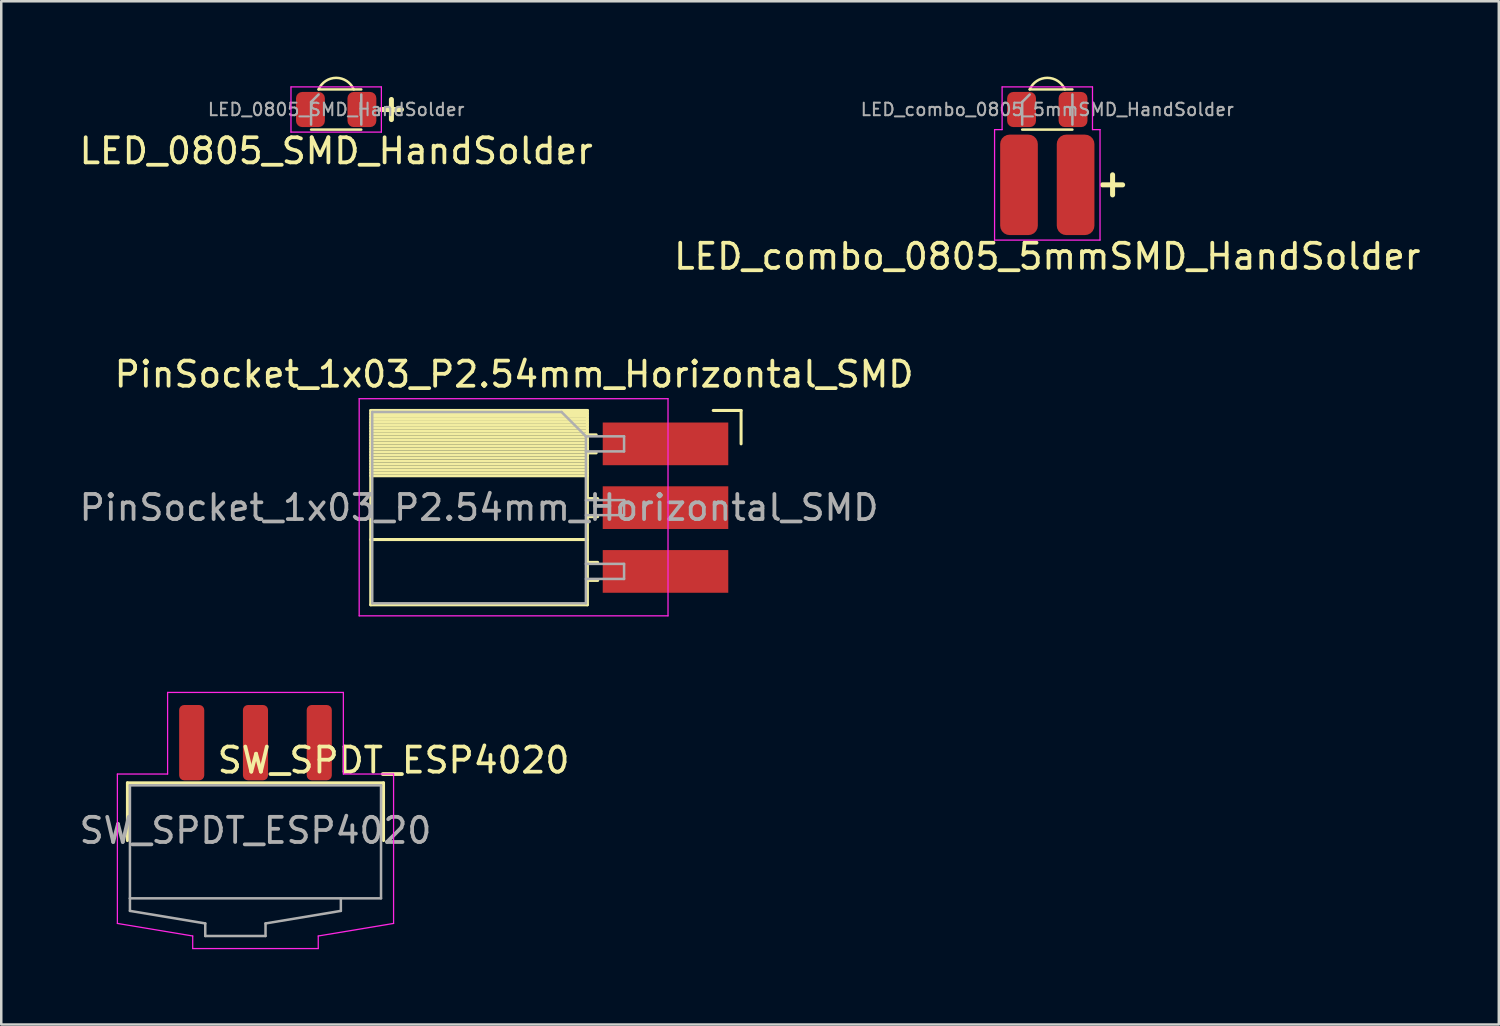
<source format=kicad_pcb>
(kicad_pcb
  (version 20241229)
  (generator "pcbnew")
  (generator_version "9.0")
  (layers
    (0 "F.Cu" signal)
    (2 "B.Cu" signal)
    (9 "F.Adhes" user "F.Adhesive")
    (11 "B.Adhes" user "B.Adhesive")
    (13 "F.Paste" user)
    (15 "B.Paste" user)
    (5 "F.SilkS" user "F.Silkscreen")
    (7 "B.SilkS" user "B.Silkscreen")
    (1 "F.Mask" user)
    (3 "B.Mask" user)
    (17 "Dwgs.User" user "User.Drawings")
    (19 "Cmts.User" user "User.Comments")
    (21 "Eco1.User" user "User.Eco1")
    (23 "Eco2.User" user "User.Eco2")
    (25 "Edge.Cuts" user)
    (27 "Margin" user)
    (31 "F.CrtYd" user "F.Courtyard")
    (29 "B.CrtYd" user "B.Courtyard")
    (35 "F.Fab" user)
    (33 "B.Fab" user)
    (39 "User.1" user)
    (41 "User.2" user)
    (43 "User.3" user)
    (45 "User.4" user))
  (footprint "LED_combo_0805_5mmSMD_HandSolder"
    (layer "F.Cu")
    (at 38.661 1.312)
    (property "Reference" "LED_combo_0805_5mmSMD_HandSolder" (at 0 5.85 0) (layer "F.SilkS") (effects (font (size 1 1) (thickness 0.15))))
    (attr smd)
    (fp_line (start -1 0.8) (end 1 0.8) (stroke (width 0.1) (type solid)) (layer "F.SilkS"))
    (fp_line (start 1 -0.8) (end -0.7 -0.8) (stroke (width 0.1) (type solid)) (layer "F.SilkS"))
    (fp_line (start 2.2 3) (end 3 3) (stroke (width 0.2) (type default)) (layer "F.SilkS"))
    (fp_line (start 2.6 3.4) (end 2.6 2.6) (stroke (width 0.2) (type default)) (layer "F.SilkS"))
    (fp_arc (start -0.7 -0.8) (mid 0 -1.261577) (end 0.7 -0.8) (stroke (width 0.1) (type default)) (layer "F.SilkS"))
    (fp_line (start -2.1 0.8) (end -1.8 0.8) (stroke (width 0.05) (type solid)) (layer "F.CrtYd"))
    (fp_line (start -2.1 5.2) (end -2.1 0.8) (stroke (width 0.05) (type default)) (layer "F.CrtYd"))
    (fp_line (start -1.8 -0.9) (end 1.8 -0.9) (stroke (width 0.05) (type solid)) (layer "F.CrtYd"))
    (fp_line (start -1.8 0.8) (end -1.8 -0.9) (stroke (width 0.05) (type solid)) (layer "F.CrtYd"))
    (fp_line (start 1.8 -0.9) (end 1.8 0.8) (stroke (width 0.05) (type solid)) (layer "F.CrtYd"))
    (fp_line (start 1.8 0.8) (end 2.1 0.8) (stroke (width 0.05) (type solid)) (layer "F.CrtYd"))
    (fp_line (start 2.1 0.8) (end 2.1 5.2) (stroke (width 0.05) (type default)) (layer "F.CrtYd"))
    (fp_line (start 2.1 5.2) (end -2.1 5.2) (stroke (width 0.05) (type default)) (layer "F.CrtYd"))
    (fp_line (start -1 -0.3) (end -1 0.6) (stroke (width 0.1) (type solid)) (layer "F.Fab"))
    (fp_line (start -0.7 -0.6) (end -1 -0.3) (stroke (width 0.1) (type solid)) (layer "F.Fab"))
    (fp_line (start 1 0.6) (end 1 -0.6) (stroke (width 0.1) (type solid)) (layer "F.Fab"))
    (fp_text user "${REFERENCE}" (at 0 0 0) (layer "F.Fab") (effects (font (size 0.5 0.5) (thickness 0.08))))
    (pad "1" smd roundrect (at -1.127 3) (size 1.5 4) (layers "F.Cu" "F.Mask" "F.Paste") (roundrect_rratio 0.25))
    (pad "1" smd roundrect (at -1.025 0) (size 1.15 1.4) (layers "F.Cu" "F.Mask" "F.Paste") (roundrect_rratio 0.217))
    (pad "2" smd roundrect (at 1.025 0) (size 1.15 1.4) (layers "F.Cu" "F.Mask" "F.Paste") (roundrect_rratio 0.217))
    (pad "2" smd roundrect (at 1.127 3) (size 1.5 4) (layers "F.Cu" "F.Mask" "F.Paste") (roundrect_rratio 0.25)))
  (footprint "LED_0805_SMD_HandSolder"
    (layer "F.Cu")
    (at 10.339 1.312)
    (property "Reference" "LED_0805_SMD_HandSolder" (at 0 1.65 0) (layer "F.SilkS") (effects (font (size 1 1) (thickness 0.15))))
    (attr smd)
    (fp_line (start -1 0.8) (end 1 0.8) (stroke (width 0.1) (type solid)) (layer "F.SilkS"))
    (fp_line (start 1 -0.8) (end -0.7 -0.8) (stroke (width 0.1) (type solid)) (layer "F.SilkS"))
    (fp_line (start 1.8 0) (end 2.6 0) (stroke (width 0.2) (type default)) (layer "F.SilkS"))
    (fp_line (start 2.2 0.4) (end 2.2 -0.4) (stroke (width 0.2) (type default)) (layer "F.SilkS"))
    (fp_arc (start -0.7 -0.8) (mid 0 -1.261577) (end 0.7 -0.8) (stroke (width 0.1) (type default)) (layer "F.SilkS"))
    (fp_line (start -1.8 -0.9) (end 1.8 -0.9) (stroke (width 0.05) (type solid)) (layer "F.CrtYd"))
    (fp_line (start -1.8 0.9) (end -1.8 -0.9) (stroke (width 0.05) (type solid)) (layer "F.CrtYd"))
    (fp_line (start 1.8 -0.9) (end 1.8 0.9) (stroke (width 0.05) (type solid)) (layer "F.CrtYd"))
    (fp_line (start 1.8 0.9) (end -1.8 0.9) (stroke (width 0.05) (type solid)) (layer "F.CrtYd"))
    (fp_line (start -1 -0.3) (end -1 0.6) (stroke (width 0.1) (type solid)) (layer "F.Fab"))
    (fp_line (start -0.7 -0.6) (end -1 -0.3) (stroke (width 0.1) (type solid)) (layer "F.Fab"))
    (fp_line (start 1 0.6) (end 1 -0.6) (stroke (width 0.1) (type solid)) (layer "F.Fab"))
    (fp_text user "${REFERENCE}" (at 0 0 0) (layer "F.Fab") (effects (font (size 0.5 0.5) (thickness 0.08))))
    (pad "1" smd roundrect (at -1.025 0) (size 1.15 1.4) (layers "F.Cu" "F.Mask" "F.Paste") (roundrect_rratio 0.217))
    (pad "2" smd roundrect (at 1.025 0) (size 1.15 1.4) (layers "F.Cu" "F.Mask" "F.Paste") (roundrect_rratio 0.217)))
  (footprint "SW_SPDT_ESP4020"
    (layer "F.Cu")
    (at 7.125 30.028)
    (property "Reference" "SW_SPDT_ESP4020" (at 5.5 -2.8 0) (layer "F.SilkS") (effects (font (size 1 1) (thickness 0.15))))
    (attr smd)
    (fp_line (start -5.1 -1.9) (end 5.1 -1.9) (stroke (width 0.12) (type solid)) (layer "F.SilkS"))
    (fp_line (start -5.1 0.4) (end -5.1 -1.9) (stroke (width 0.12) (type solid)) (layer "F.SilkS"))
    (fp_line (start 5.1 -1.9) (end 5.1 0.4) (stroke (width 0.12) (type solid)) (layer "F.SilkS"))
    (fp_line (start -5.5 -2.25) (end -5.5 3.7) (stroke (width 0.05) (type solid)) (layer "F.CrtYd"))
    (fp_line (start -5.5 3.7) (end -2.5 4.2) (stroke (width 0.05) (type solid)) (layer "F.CrtYd"))
    (fp_line (start -3.5 -5.5) (end -3.5 -2.25) (stroke (width 0.05) (type solid)) (layer "F.CrtYd"))
    (fp_line (start -3.5 -2.25) (end -5.5 -2.25) (stroke (width 0.05) (type solid)) (layer "F.CrtYd"))
    (fp_line (start -2.5 4.2) (end -2.5 4.7) (stroke (width 0.05) (type solid)) (layer "F.CrtYd"))
    (fp_line (start -2.5 4.7) (end 2.5 4.7) (stroke (width 0.05) (type solid)) (layer "F.CrtYd"))
    (fp_line (start 2.5 4.2) (end 5.5 3.7) (stroke (width 0.05) (type solid)) (layer "F.CrtYd"))
    (fp_line (start 2.5 4.7) (end 2.5 4.2) (stroke (width 0.05) (type solid)) (layer "F.CrtYd"))
    (fp_line (start 3.5 -5.5) (end -3.5 -5.5) (stroke (width 0.05) (type solid)) (layer "F.CrtYd"))
    (fp_line (start 3.5 -2.25) (end 3.5 -5.5) (stroke (width 0.05) (type solid)) (layer "F.CrtYd"))
    (fp_line (start 5.5 -2.25) (end 3.5 -2.25) (stroke (width 0.05) (type solid)) (layer "F.CrtYd"))
    (fp_line (start 5.5 3.7) (end 5.5 -2.25) (stroke (width 0.05) (type solid)) (layer "F.CrtYd"))
    (fp_line (start -5 -1.8) (end -5 2.7) (stroke (width 0.1) (type solid)) (layer "F.Fab"))
    (fp_line (start -5 -1.8) (end 5 -1.8) (stroke (width 0.1) (type solid)) (layer "F.Fab"))
    (fp_line (start -5 3.2) (end -5 2.7) (stroke (width 0.1) (type solid)) (layer "F.Fab"))
    (fp_line (start -2 3.7) (end -5 3.2) (stroke (width 0.1) (type solid)) (layer "F.Fab"))
    (fp_line (start -2 3.7) (end -2 4.2) (stroke (width 0.1) (type solid)) (layer "F.Fab"))
    (fp_line (start -2 4.2) (end 0.4 4.2) (stroke (width 0.1) (type solid)) (layer "F.Fab"))
    (fp_line (start 0.4 3.7) (end 0.4 4.2) (stroke (width 0.1) (type solid)) (layer "F.Fab"))
    (fp_line (start 3.4 2.7) (end 3.4 3.2) (stroke (width 0.1) (type solid)) (layer "F.Fab"))
    (fp_line (start 3.4 3.2) (end 0.4 3.7) (stroke (width 0.1) (type solid)) (layer "F.Fab"))
    (fp_line (start 5 -1.8) (end 5 2.7) (stroke (width 0.1) (type solid)) (layer "F.Fab"))
    (fp_line (start 5 2.7) (end -5 2.7) (stroke (width 0.1) (type solid)) (layer "F.Fab"))
    (fp_text user "${REFERENCE}" (at 0 0 0) (layer "F.Fab") (effects (font (size 1 1) (thickness 0.15))))
    (pad "1" smd roundrect (at -2.54 -3.5) (size 1 3) (layers "F.Cu" "F.Mask" "F.Paste") (roundrect_rratio 0.2))
    (pad "2" smd roundrect (at 0 -3.5) (size 1 3) (layers "F.Cu" "F.Mask" "F.Paste") (roundrect_rratio 0.2))
    (pad "3" smd roundrect (at 2.54 -3.5) (size 1 3) (layers "F.Cu" "F.Mask" "F.Paste") (roundrect_rratio 0.2)))
  (footprint "PinSocket_1x03_P2.54mm_Horizontal_SMD"
    (layer "F.Cu")
    (at 21.805 14.628)
    (property "Reference" "PinSocket_1x03_P2.54mm_Horizontal_SMD" (at -4.38 -2.77 0) (layer "F.SilkS") (effects (font (size 1 1) (thickness 0.15))))
    (attr through_hole)
    (fp_line (start -10.09 -1.33) (end -10.09 6.41) (stroke (width 0.12) (type solid)) (layer "F.SilkS"))
    (fp_line (start -10.09 -1.33) (end -1.46 -1.33) (stroke (width 0.12) (type solid)) (layer "F.SilkS"))
    (fp_line (start -10.09 -1.21) (end -1.46 -1.21) (stroke (width 0.12) (type solid)) (layer "F.SilkS"))
    (fp_line (start -10.09 -1.092) (end -1.46 -1.092) (stroke (width 0.12) (type solid)) (layer "F.SilkS"))
    (fp_line (start -10.09 -0.974) (end -1.46 -0.974) (stroke (width 0.12) (type solid)) (layer "F.SilkS"))
    (fp_line (start -10.09 -0.856) (end -1.46 -0.856) (stroke (width 0.12) (type solid)) (layer "F.SilkS"))
    (fp_line (start -10.09 -0.738) (end -1.46 -0.738) (stroke (width 0.12) (type solid)) (layer "F.SilkS"))
    (fp_line (start -10.09 -0.62) (end -1.46 -0.62) (stroke (width 0.12) (type solid)) (layer "F.SilkS"))
    (fp_line (start -10.09 -0.501) (end -1.46 -0.501) (stroke (width 0.12) (type solid)) (layer "F.SilkS"))
    (fp_line (start -10.09 -0.383) (end -1.46 -0.383) (stroke (width 0.12) (type solid)) (layer "F.SilkS"))
    (fp_line (start -10.09 -0.265) (end -1.46 -0.265) (stroke (width 0.12) (type solid)) (layer "F.SilkS"))
    (fp_line (start -10.09 -0.147) (end -1.46 -0.147) (stroke (width 0.12) (type solid)) (layer "F.SilkS"))
    (fp_line (start -10.09 -0.029) (end -1.46 -0.029) (stroke (width 0.12) (type solid)) (layer "F.SilkS"))
    (fp_line (start -10.09 0.089) (end -1.46 0.089) (stroke (width 0.12) (type solid)) (layer "F.SilkS"))
    (fp_line (start -10.09 0.207) (end -1.46 0.207) (stroke (width 0.12) (type solid)) (layer "F.SilkS"))
    (fp_line (start -10.09 0.325) (end -1.46 0.325) (stroke (width 0.12) (type solid)) (layer "F.SilkS"))
    (fp_line (start -10.09 0.443) (end -1.46 0.443) (stroke (width 0.12) (type solid)) (layer "F.SilkS"))
    (fp_line (start -10.09 0.561) (end -1.46 0.561) (stroke (width 0.12) (type solid)) (layer "F.SilkS"))
    (fp_line (start -10.09 0.68) (end -1.46 0.68) (stroke (width 0.12) (type solid)) (layer "F.SilkS"))
    (fp_line (start -10.09 0.798) (end -1.46 0.798) (stroke (width 0.12) (type solid)) (layer "F.SilkS"))
    (fp_line (start -10.09 0.916) (end -1.46 0.916) (stroke (width 0.12) (type solid)) (layer "F.SilkS"))
    (fp_line (start -10.09 1.034) (end -1.46 1.034) (stroke (width 0.12) (type solid)) (layer "F.SilkS"))
    (fp_line (start -10.09 1.152) (end -1.46 1.152) (stroke (width 0.12) (type solid)) (layer "F.SilkS"))
    (fp_line (start -10.09 1.27) (end -1.46 1.27) (stroke (width 0.12) (type solid)) (layer "F.SilkS"))
    (fp_line (start -10.09 3.81) (end -1.46 3.81) (stroke (width 0.12) (type solid)) (layer "F.SilkS"))
    (fp_line (start -10.09 6.41) (end -1.46 6.41) (stroke (width 0.12) (type solid)) (layer "F.SilkS"))
    (fp_line (start -1.46 -1.33) (end -1.46 6.41) (stroke (width 0.12) (type solid)) (layer "F.SilkS"))
    (fp_line (start -1.46 -0.36) (end -1.11 -0.36) (stroke (width 0.12) (type solid)) (layer "F.SilkS"))
    (fp_line (start -1.46 0.36) (end -1.11 0.36) (stroke (width 0.12) (type solid)) (layer "F.SilkS"))
    (fp_line (start -1.46 2.18) (end -1.05 2.18) (stroke (width 0.12) (type solid)) (layer "F.SilkS"))
    (fp_line (start -1.46 2.9) (end -1.05 2.9) (stroke (width 0.12) (type solid)) (layer "F.SilkS"))
    (fp_line (start -1.46 4.72) (end -1.05 4.72) (stroke (width 0.12) (type solid)) (layer "F.SilkS"))
    (fp_line (start -1.46 5.44) (end -1.05 5.44) (stroke (width 0.12) (type solid)) (layer "F.SilkS"))
    (fp_line (start 3.55 -1.33) (end 4.66 -1.33) (stroke (width 0.12) (type solid)) (layer "F.SilkS"))
    (fp_line (start 4.66 -1.33) (end 4.66 0) (stroke (width 0.12) (type solid)) (layer "F.SilkS"))
    (fp_line (start -10.55 -1.8) (end -10.55 6.85) (stroke (width 0.05) (type solid)) (layer "F.CrtYd"))
    (fp_line (start -10.55 6.85) (end 1.75 6.85) (stroke (width 0.05) (type solid)) (layer "F.CrtYd"))
    (fp_line (start 1.75 -1.8) (end -10.55 -1.8) (stroke (width 0.05) (type solid)) (layer "F.CrtYd"))
    (fp_line (start 1.75 6.85) (end 1.75 -1.8) (stroke (width 0.05) (type solid)) (layer "F.CrtYd"))
    (fp_line (start -10.03 -1.27) (end -2.49 -1.27) (stroke (width 0.1) (type solid)) (layer "F.Fab"))
    (fp_line (start -10.03 6.35) (end -10.03 -1.27) (stroke (width 0.1) (type solid)) (layer "F.Fab"))
    (fp_line (start -2.49 -1.27) (end -1.52 -0.3) (stroke (width 0.1) (type solid)) (layer "F.Fab"))
    (fp_line (start -1.52 -0.3) (end -1.52 6.35) (stroke (width 0.1) (type solid)) (layer "F.Fab"))
    (fp_line (start -1.52 0.3) (end 0 0.3) (stroke (width 0.1) (type solid)) (layer "F.Fab"))
    (fp_line (start -1.52 2.84) (end 0 2.84) (stroke (width 0.1) (type solid)) (layer "F.Fab"))
    (fp_line (start -1.52 5.38) (end 0 5.38) (stroke (width 0.1) (type solid)) (layer "F.Fab"))
    (fp_line (start -1.52 6.35) (end -10.03 6.35) (stroke (width 0.1) (type solid)) (layer "F.Fab"))
    (fp_line (start 0 -0.3) (end -1.52 -0.3) (stroke (width 0.1) (type solid)) (layer "F.Fab"))
    (fp_line (start 0 0.3) (end 0 -0.3) (stroke (width 0.1) (type solid)) (layer "F.Fab"))
    (fp_line (start 0 2.24) (end -1.52 2.24) (stroke (width 0.1) (type solid)) (layer "F.Fab"))
    (fp_line (start 0 2.84) (end 0 2.24) (stroke (width 0.1) (type solid)) (layer "F.Fab"))
    (fp_line (start 0 4.78) (end -1.52 4.78) (stroke (width 0.1) (type solid)) (layer "F.Fab"))
    (fp_line (start 0 5.38) (end 0 4.78) (stroke (width 0.1) (type solid)) (layer "F.Fab"))
    (fp_text user "${REFERENCE}" (at -5.775 2.54 0) (layer "F.Fab") (effects (font (size 1 1) (thickness 0.15))))
    (pad "1" smd rect (at 1.65 0) (size 5 1.7) (layers "F.Cu" "F.Mask" "F.Paste"))
    (pad "2" smd rect (at 1.65 2.54) (size 5 1.7) (layers "F.Cu" "F.Mask" "F.Paste"))
    (pad "3" smd rect (at 1.65 5.08) (size 5 1.7) (layers "F.Cu" "F.Mask" "F.Paste")))
  (gr_rect
    (start -3 -3)
    (end 56.643 37.753)
    (stroke (width 0.1) (type default))
    (fill no)
    (layer "Edge.Cuts")))
</source>
